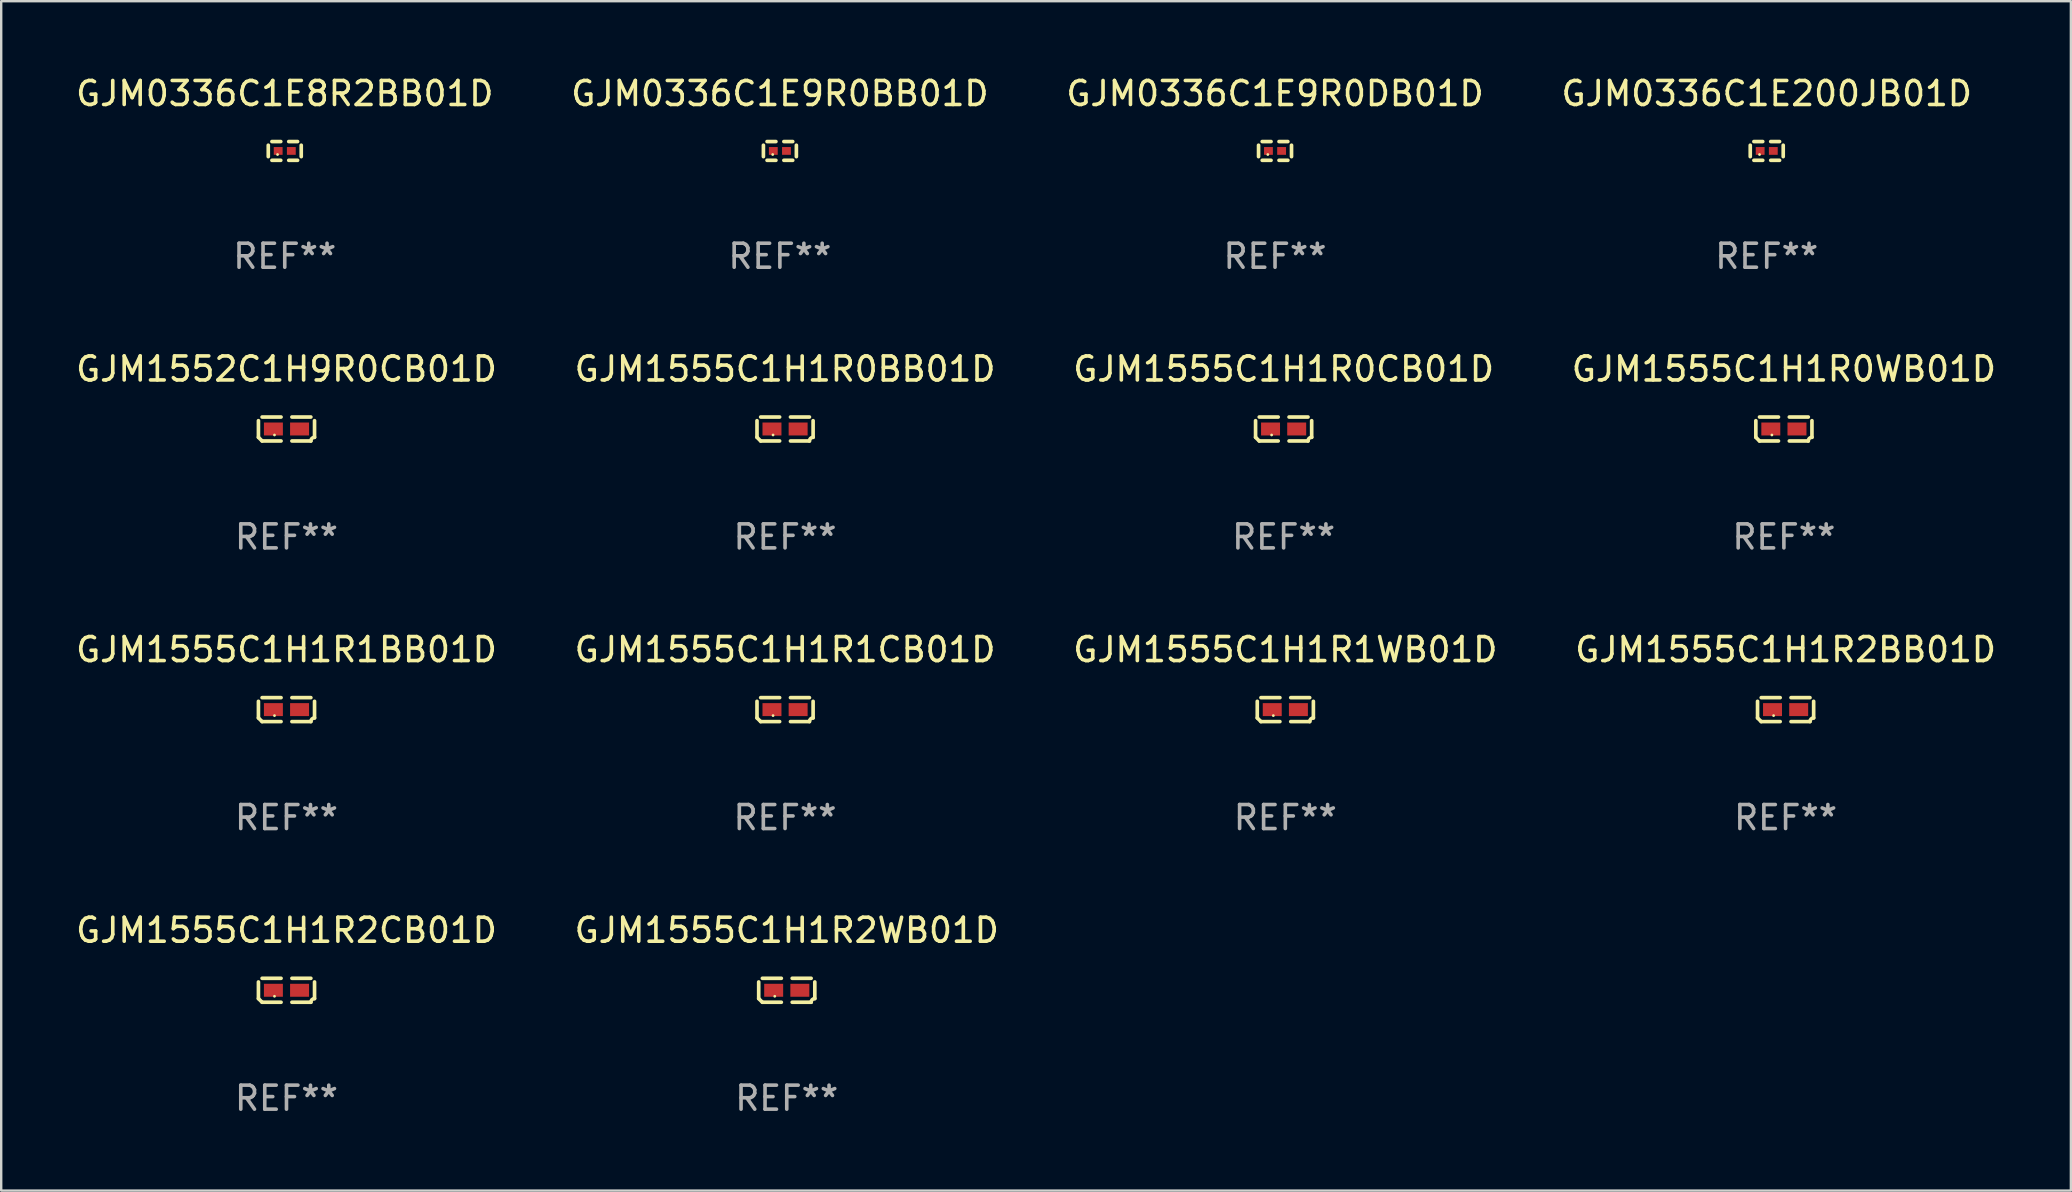
<source format=kicad_pcb>
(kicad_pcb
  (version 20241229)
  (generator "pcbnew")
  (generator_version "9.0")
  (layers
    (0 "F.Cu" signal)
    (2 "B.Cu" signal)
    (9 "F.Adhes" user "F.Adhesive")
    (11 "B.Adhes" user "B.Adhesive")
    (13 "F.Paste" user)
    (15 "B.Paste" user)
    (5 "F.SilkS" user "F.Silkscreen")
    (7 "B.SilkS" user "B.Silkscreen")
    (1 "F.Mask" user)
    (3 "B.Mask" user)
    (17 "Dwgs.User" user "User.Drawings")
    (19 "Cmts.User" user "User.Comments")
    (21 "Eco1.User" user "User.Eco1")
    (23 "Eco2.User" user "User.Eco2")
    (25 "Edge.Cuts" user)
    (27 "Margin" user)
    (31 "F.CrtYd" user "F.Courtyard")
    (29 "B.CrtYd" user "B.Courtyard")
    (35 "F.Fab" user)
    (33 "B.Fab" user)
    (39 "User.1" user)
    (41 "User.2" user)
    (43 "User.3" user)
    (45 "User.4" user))
  (footprint "GJM1555C1H1R1CB01D"
    (layer "F.Cu")
    (at 29.661 26.518)
    (property "Reference" "GJM1555C1H1R1CB01D" (at 0 -2.499 0) (layer "F.SilkS") (effects (font (size 1 1) (thickness 0.15))))
    (attr through_hole)
    (fp_line (start -1.169 0.346) (end -1.169 -0.346) (stroke (width 0.152) (type solid)) (layer "F.SilkS"))
    (fp_line (start -1.016 -0.499) (end -0.226 -0.499) (stroke (width 0.152) (type solid)) (layer "F.SilkS"))
    (fp_line (start -0.226 0.499) (end -1.016 0.499) (stroke (width 0.152) (type solid)) (layer "F.SilkS"))
    (fp_line (start 0.226 0.499) (end 1.016 0.499) (stroke (width 0.152) (type solid)) (layer "F.SilkS"))
    (fp_line (start 1.016 -0.499) (end 0.226 -0.499) (stroke (width 0.152) (type solid)) (layer "F.SilkS"))
    (fp_line (start 1.169 0.346) (end 1.169 -0.346) (stroke (width 0.152) (type solid)) (layer "F.SilkS"))
    (fp_arc (start -1.016307 0.498603) (mid -1.092512 0.422405) (end -1.16871 0.3462) (stroke (width 0.1524) (type solid)) (layer "F.SilkS"))
    (fp_arc (start 1.016307 0.498603) (mid 1.060899 0.390758) (end 1.168707 0.346076) (stroke (width 0.1524) (type solid)) (layer "F.SilkS"))
    (fp_circle (center -0.5 0.25) (end -0.47 0.25) (stroke (width 0.06) (type solid)) (fill no) (layer "F.SilkS"))
    (fp_text user "REF**" (at 0 4.499 0) (layer "F.Fab") (effects (font (size 1 1) (thickness 0.15))))
    (pad "1" smd rect (at -0.545 0) (size 0.79 0.54) (layers "F.Cu" "F.Mask" "F.Paste"))
    (pad "2" smd rect (at 0.545 0) (size 0.79 0.54) (layers "F.Cu" "F.Mask" "F.Paste")))
  (footprint "GJM1555C1H1R2WB01D"
    (layer "F.Cu")
    (at 29.732 38.212)
    (property "Reference" "GJM1555C1H1R2WB01D" (at 0 -2.499 0) (layer "F.SilkS") (effects (font (size 1 1) (thickness 0.15))))
    (attr through_hole)
    (fp_line (start -1.169 0.346) (end -1.169 -0.346) (stroke (width 0.152) (type solid)) (layer "F.SilkS"))
    (fp_line (start -1.016 -0.499) (end -0.226 -0.499) (stroke (width 0.152) (type solid)) (layer "F.SilkS"))
    (fp_line (start -0.226 0.499) (end -1.016 0.499) (stroke (width 0.152) (type solid)) (layer "F.SilkS"))
    (fp_line (start 0.226 0.499) (end 1.016 0.499) (stroke (width 0.152) (type solid)) (layer "F.SilkS"))
    (fp_line (start 1.016 -0.499) (end 0.226 -0.499) (stroke (width 0.152) (type solid)) (layer "F.SilkS"))
    (fp_line (start 1.169 0.346) (end 1.169 -0.346) (stroke (width 0.152) (type solid)) (layer "F.SilkS"))
    (fp_arc (start -1.016307 0.498603) (mid -1.092512 0.422405) (end -1.16871 0.3462) (stroke (width 0.1524) (type solid)) (layer "F.SilkS"))
    (fp_arc (start 1.016307 0.498603) (mid 1.060899 0.390758) (end 1.168707 0.346076) (stroke (width 0.1524) (type solid)) (layer "F.SilkS"))
    (fp_circle (center -0.5 0.25) (end -0.47 0.25) (stroke (width 0.06) (type solid)) (fill no) (layer "F.SilkS"))
    (fp_text user "REF**" (at 0 4.499 0) (layer "F.Fab") (effects (font (size 1 1) (thickness 0.15))))
    (pad "1" smd rect (at -0.545 0) (size 0.79 0.54) (layers "F.Cu" "F.Mask" "F.Paste"))
    (pad "2" smd rect (at 0.545 0) (size 0.79 0.54) (layers "F.Cu" "F.Mask" "F.Paste")))
  (footprint "GJM1555C1H1R0CB01D"
    (layer "F.Cu")
    (at 50.435 14.825)
    (property "Reference" "GJM1555C1H1R0CB01D" (at 0 -2.499 0) (layer "F.SilkS") (effects (font (size 1 1) (thickness 0.15))))
    (attr through_hole)
    (fp_line (start -1.169 0.346) (end -1.169 -0.346) (stroke (width 0.152) (type solid)) (layer "F.SilkS"))
    (fp_line (start -1.016 -0.499) (end -0.226 -0.499) (stroke (width 0.152) (type solid)) (layer "F.SilkS"))
    (fp_line (start -0.226 0.499) (end -1.016 0.499) (stroke (width 0.152) (type solid)) (layer "F.SilkS"))
    (fp_line (start 0.226 0.499) (end 1.016 0.499) (stroke (width 0.152) (type solid)) (layer "F.SilkS"))
    (fp_line (start 1.016 -0.499) (end 0.226 -0.499) (stroke (width 0.152) (type solid)) (layer "F.SilkS"))
    (fp_line (start 1.169 0.346) (end 1.169 -0.346) (stroke (width 0.152) (type solid)) (layer "F.SilkS"))
    (fp_arc (start -1.016307 0.498603) (mid -1.092512 0.422405) (end -1.16871 0.3462) (stroke (width 0.1524) (type solid)) (layer "F.SilkS"))
    (fp_arc (start 1.016307 0.498603) (mid 1.060899 0.390758) (end 1.168707 0.346076) (stroke (width 0.1524) (type solid)) (layer "F.SilkS"))
    (fp_circle (center -0.5 0.25) (end -0.47 0.25) (stroke (width 0.06) (type solid)) (fill no) (layer "F.SilkS"))
    (fp_text user "REF**" (at 0 4.499 0) (layer "F.Fab") (effects (font (size 1 1) (thickness 0.15))))
    (pad "1" smd rect (at -0.545 0) (size 0.79 0.54) (layers "F.Cu" "F.Mask" "F.Paste"))
    (pad "2" smd rect (at 0.545 0) (size 0.79 0.54) (layers "F.Cu" "F.Mask" "F.Paste")))
  (footprint "GJM0336C1E9R0DB01D"
    (layer "F.Cu")
    (at 50.077 3.239)
    (property "Reference" "GJM0336C1E9R0DB01D" (at 0 -2.391 0) (layer "F.SilkS") (effects (font (size 1 1) (thickness 0.15))))
    (attr through_hole)
    (fp_line (start -0.687 0.238) (end -0.687 -0.238) (stroke (width 0.152) (type solid)) (layer "F.SilkS"))
    (fp_line (start -0.535 -0.391) (end -0.166 -0.391) (stroke (width 0.152) (type solid)) (layer "F.SilkS"))
    (fp_line (start -0.166 0.391) (end -0.535 0.391) (stroke (width 0.152) (type solid)) (layer "F.SilkS"))
    (fp_line (start 0.166 0.391) (end 0.535 0.391) (stroke (width 0.152) (type solid)) (layer "F.SilkS"))
    (fp_line (start 0.535 -0.391) (end 0.166 -0.391) (stroke (width 0.152) (type solid)) (layer "F.SilkS"))
    (fp_line (start 0.687 0.238) (end 0.687 -0.238) (stroke (width 0.152) (type solid)) (layer "F.SilkS"))
    (fp_circle (center -0.3 0.15) (end -0.27 0.15) (stroke (width 0.06) (type solid)) (fill no) (layer "F.SilkS"))
    (fp_text user "REF**" (at 0 4.391 0) (layer "F.Fab") (effects (font (size 1 1) (thickness 0.15))))
    (pad "1" smd rect (at -0.274 0) (size 0.368 0.324) (layers "F.Cu" "F.Mask" "F.Paste"))
    (pad "2" smd rect (at 0.274 0) (size 0.368 0.324) (layers "F.Cu" "F.Mask" "F.Paste")))
  (footprint "GJM1555C1H1R2CB01D"
    (layer "F.Cu")
    (at 8.887 38.212)
    (property "Reference" "GJM1555C1H1R2CB01D" (at 0 -2.499 0) (layer "F.SilkS") (effects (font (size 1 1) (thickness 0.15))))
    (attr through_hole)
    (fp_line (start -1.169 0.346) (end -1.169 -0.346) (stroke (width 0.152) (type solid)) (layer "F.SilkS"))
    (fp_line (start -1.016 -0.499) (end -0.226 -0.499) (stroke (width 0.152) (type solid)) (layer "F.SilkS"))
    (fp_line (start -0.226 0.499) (end -1.016 0.499) (stroke (width 0.152) (type solid)) (layer "F.SilkS"))
    (fp_line (start 0.226 0.499) (end 1.016 0.499) (stroke (width 0.152) (type solid)) (layer "F.SilkS"))
    (fp_line (start 1.016 -0.499) (end 0.226 -0.499) (stroke (width 0.152) (type solid)) (layer "F.SilkS"))
    (fp_line (start 1.169 0.346) (end 1.169 -0.346) (stroke (width 0.152) (type solid)) (layer "F.SilkS"))
    (fp_arc (start -1.016307 0.498603) (mid -1.092512 0.422405) (end -1.16871 0.3462) (stroke (width 0.1524) (type solid)) (layer "F.SilkS"))
    (fp_arc (start 1.016307 0.498603) (mid 1.060899 0.390758) (end 1.168707 0.346076) (stroke (width 0.1524) (type solid)) (layer "F.SilkS"))
    (fp_circle (center -0.5 0.25) (end -0.47 0.25) (stroke (width 0.06) (type solid)) (fill no) (layer "F.SilkS"))
    (fp_text user "REF**" (at 0 4.499 0) (layer "F.Fab") (effects (font (size 1 1) (thickness 0.15))))
    (pad "1" smd rect (at -0.545 0) (size 0.79 0.54) (layers "F.Cu" "F.Mask" "F.Paste"))
    (pad "2" smd rect (at 0.545 0) (size 0.79 0.54) (layers "F.Cu" "F.Mask" "F.Paste")))
  (footprint "GJM0336C1E8R2BB01D"
    (layer "F.Cu")
    (at 8.815 3.239)
    (property "Reference" "GJM0336C1E8R2BB01D" (at 0 -2.391 0) (layer "F.SilkS") (effects (font (size 1 1) (thickness 0.15))))
    (attr through_hole)
    (fp_line (start -0.687 0.238) (end -0.687 -0.238) (stroke (width 0.152) (type solid)) (layer "F.SilkS"))
    (fp_line (start -0.535 -0.391) (end -0.166 -0.391) (stroke (width 0.152) (type solid)) (layer "F.SilkS"))
    (fp_line (start -0.166 0.391) (end -0.535 0.391) (stroke (width 0.152) (type solid)) (layer "F.SilkS"))
    (fp_line (start 0.166 0.391) (end 0.535 0.391) (stroke (width 0.152) (type solid)) (layer "F.SilkS"))
    (fp_line (start 0.535 -0.391) (end 0.166 -0.391) (stroke (width 0.152) (type solid)) (layer "F.SilkS"))
    (fp_line (start 0.687 0.238) (end 0.687 -0.238) (stroke (width 0.152) (type solid)) (layer "F.SilkS"))
    (fp_circle (center -0.3 0.15) (end -0.27 0.15) (stroke (width 0.06) (type solid)) (fill no) (layer "F.SilkS"))
    (fp_text user "REF**" (at 0 4.391 0) (layer "F.Fab") (effects (font (size 1 1) (thickness 0.15))))
    (pad "1" smd rect (at -0.274 0) (size 0.368 0.324) (layers "F.Cu" "F.Mask" "F.Paste"))
    (pad "2" smd rect (at 0.274 0) (size 0.368 0.324) (layers "F.Cu" "F.Mask" "F.Paste")))
  (footprint "GJM1552C1H9R0CB01D"
    (layer "F.Cu")
    (at 8.887 14.825)
    (property "Reference" "GJM1552C1H9R0CB01D" (at 0 -2.499 0) (layer "F.SilkS") (effects (font (size 1 1) (thickness 0.15))))
    (attr through_hole)
    (fp_line (start -1.169 0.346) (end -1.169 -0.346) (stroke (width 0.152) (type solid)) (layer "F.SilkS"))
    (fp_line (start -1.016 -0.499) (end -0.226 -0.499) (stroke (width 0.152) (type solid)) (layer "F.SilkS"))
    (fp_line (start -0.226 0.499) (end -1.016 0.499) (stroke (width 0.152) (type solid)) (layer "F.SilkS"))
    (fp_line (start 0.226 0.499) (end 1.016 0.499) (stroke (width 0.152) (type solid)) (layer "F.SilkS"))
    (fp_line (start 1.016 -0.499) (end 0.226 -0.499) (stroke (width 0.152) (type solid)) (layer "F.SilkS"))
    (fp_line (start 1.169 0.346) (end 1.169 -0.346) (stroke (width 0.152) (type solid)) (layer "F.SilkS"))
    (fp_arc (start -1.016307 0.498603) (mid -1.092512 0.422405) (end -1.16871 0.3462) (stroke (width 0.1524) (type solid)) (layer "F.SilkS"))
    (fp_arc (start 1.016307 0.498603) (mid 1.060899 0.390758) (end 1.168707 0.346076) (stroke (width 0.1524) (type solid)) (layer "F.SilkS"))
    (fp_circle (center -0.5 0.25) (end -0.47 0.25) (stroke (width 0.06) (type solid)) (fill no) (layer "F.SilkS"))
    (fp_text user "REF**" (at 0 4.499 0) (layer "F.Fab") (effects (font (size 1 1) (thickness 0.15))))
    (pad "1" smd rect (at -0.545 0) (size 0.79 0.54) (layers "F.Cu" "F.Mask" "F.Paste"))
    (pad "2" smd rect (at 0.545 0) (size 0.79 0.54) (layers "F.Cu" "F.Mask" "F.Paste")))
  (footprint "GJM1555C1H1R0WB01D"
    (layer "F.Cu")
    (at 71.28 14.825)
    (property "Reference" "GJM1555C1H1R0WB01D" (at 0 -2.499 0) (layer "F.SilkS") (effects (font (size 1 1) (thickness 0.15))))
    (attr through_hole)
    (fp_line (start -1.169 0.346) (end -1.169 -0.346) (stroke (width 0.152) (type solid)) (layer "F.SilkS"))
    (fp_line (start -1.016 -0.499) (end -0.226 -0.499) (stroke (width 0.152) (type solid)) (layer "F.SilkS"))
    (fp_line (start -0.226 0.499) (end -1.016 0.499) (stroke (width 0.152) (type solid)) (layer "F.SilkS"))
    (fp_line (start 0.226 0.499) (end 1.016 0.499) (stroke (width 0.152) (type solid)) (layer "F.SilkS"))
    (fp_line (start 1.016 -0.499) (end 0.226 -0.499) (stroke (width 0.152) (type solid)) (layer "F.SilkS"))
    (fp_line (start 1.169 0.346) (end 1.169 -0.346) (stroke (width 0.152) (type solid)) (layer "F.SilkS"))
    (fp_arc (start -1.016307 0.498603) (mid -1.092512 0.422405) (end -1.16871 0.3462) (stroke (width 0.1524) (type solid)) (layer "F.SilkS"))
    (fp_arc (start 1.016307 0.498603) (mid 1.060899 0.390758) (end 1.168707 0.346076) (stroke (width 0.1524) (type solid)) (layer "F.SilkS"))
    (fp_circle (center -0.5 0.25) (end -0.47 0.25) (stroke (width 0.06) (type solid)) (fill no) (layer "F.SilkS"))
    (fp_text user "REF**" (at 0 4.499 0) (layer "F.Fab") (effects (font (size 1 1) (thickness 0.15))))
    (pad "1" smd rect (at -0.545 0) (size 0.79 0.54) (layers "F.Cu" "F.Mask" "F.Paste"))
    (pad "2" smd rect (at 0.545 0) (size 0.79 0.54) (layers "F.Cu" "F.Mask" "F.Paste")))
  (footprint "GJM0336C1E9R0BB01D"
    (layer "F.Cu")
    (at 29.446 3.239)
    (property "Reference" "GJM0336C1E9R0BB01D" (at 0 -2.391 0) (layer "F.SilkS") (effects (font (size 1 1) (thickness 0.15))))
    (attr through_hole)
    (fp_line (start -0.687 0.238) (end -0.687 -0.238) (stroke (width 0.152) (type solid)) (layer "F.SilkS"))
    (fp_line (start -0.535 -0.391) (end -0.166 -0.391) (stroke (width 0.152) (type solid)) (layer "F.SilkS"))
    (fp_line (start -0.166 0.391) (end -0.535 0.391) (stroke (width 0.152) (type solid)) (layer "F.SilkS"))
    (fp_line (start 0.166 0.391) (end 0.535 0.391) (stroke (width 0.152) (type solid)) (layer "F.SilkS"))
    (fp_line (start 0.535 -0.391) (end 0.166 -0.391) (stroke (width 0.152) (type solid)) (layer "F.SilkS"))
    (fp_line (start 0.687 0.238) (end 0.687 -0.238) (stroke (width 0.152) (type solid)) (layer "F.SilkS"))
    (fp_circle (center -0.3 0.15) (end -0.27 0.15) (stroke (width 0.06) (type solid)) (fill no) (layer "F.SilkS"))
    (fp_text user "REF**" (at 0 4.391 0) (layer "F.Fab") (effects (font (size 1 1) (thickness 0.15))))
    (pad "1" smd rect (at -0.274 0) (size 0.368 0.324) (layers "F.Cu" "F.Mask" "F.Paste"))
    (pad "2" smd rect (at 0.274 0) (size 0.368 0.324) (layers "F.Cu" "F.Mask" "F.Paste")))
  (footprint "GJM1555C1H1R1BB01D"
    (layer "F.Cu")
    (at 8.887 26.518)
    (property "Reference" "GJM1555C1H1R1BB01D" (at 0 -2.499 0) (layer "F.SilkS") (effects (font (size 1 1) (thickness 0.15))))
    (attr through_hole)
    (fp_line (start -1.169 0.346) (end -1.169 -0.346) (stroke (width 0.152) (type solid)) (layer "F.SilkS"))
    (fp_line (start -1.016 -0.499) (end -0.226 -0.499) (stroke (width 0.152) (type solid)) (layer "F.SilkS"))
    (fp_line (start -0.226 0.499) (end -1.016 0.499) (stroke (width 0.152) (type solid)) (layer "F.SilkS"))
    (fp_line (start 0.226 0.499) (end 1.016 0.499) (stroke (width 0.152) (type solid)) (layer "F.SilkS"))
    (fp_line (start 1.016 -0.499) (end 0.226 -0.499) (stroke (width 0.152) (type solid)) (layer "F.SilkS"))
    (fp_line (start 1.169 0.346) (end 1.169 -0.346) (stroke (width 0.152) (type solid)) (layer "F.SilkS"))
    (fp_arc (start -1.016307 0.498603) (mid -1.092512 0.422405) (end -1.16871 0.3462) (stroke (width 0.1524) (type solid)) (layer "F.SilkS"))
    (fp_arc (start 1.016307 0.498603) (mid 1.060899 0.390758) (end 1.168707 0.346076) (stroke (width 0.1524) (type solid)) (layer "F.SilkS"))
    (fp_circle (center -0.5 0.25) (end -0.47 0.25) (stroke (width 0.06) (type solid)) (fill no) (layer "F.SilkS"))
    (fp_text user "REF**" (at 0 4.499 0) (layer "F.Fab") (effects (font (size 1 1) (thickness 0.15))))
    (pad "1" smd rect (at -0.545 0) (size 0.79 0.54) (layers "F.Cu" "F.Mask" "F.Paste"))
    (pad "2" smd rect (at 0.545 0) (size 0.79 0.54) (layers "F.Cu" "F.Mask" "F.Paste")))
  (footprint "GJM1555C1H1R1WB01D"
    (layer "F.Cu")
    (at 50.506 26.518)
    (property "Reference" "GJM1555C1H1R1WB01D" (at 0 -2.499 0) (layer "F.SilkS") (effects (font (size 1 1) (thickness 0.15))))
    (attr through_hole)
    (fp_line (start -1.169 0.346) (end -1.169 -0.346) (stroke (width 0.152) (type solid)) (layer "F.SilkS"))
    (fp_line (start -1.016 -0.499) (end -0.226 -0.499) (stroke (width 0.152) (type solid)) (layer "F.SilkS"))
    (fp_line (start -0.226 0.499) (end -1.016 0.499) (stroke (width 0.152) (type solid)) (layer "F.SilkS"))
    (fp_line (start 0.226 0.499) (end 1.016 0.499) (stroke (width 0.152) (type solid)) (layer "F.SilkS"))
    (fp_line (start 1.016 -0.499) (end 0.226 -0.499) (stroke (width 0.152) (type solid)) (layer "F.SilkS"))
    (fp_line (start 1.169 0.346) (end 1.169 -0.346) (stroke (width 0.152) (type solid)) (layer "F.SilkS"))
    (fp_arc (start -1.016307 0.498603) (mid -1.092512 0.422405) (end -1.16871 0.3462) (stroke (width 0.1524) (type solid)) (layer "F.SilkS"))
    (fp_arc (start 1.016307 0.498603) (mid 1.060899 0.390758) (end 1.168707 0.346076) (stroke (width 0.1524) (type solid)) (layer "F.SilkS"))
    (fp_circle (center -0.5 0.25) (end -0.47 0.25) (stroke (width 0.06) (type solid)) (fill no) (layer "F.SilkS"))
    (fp_text user "REF**" (at 0 4.499 0) (layer "F.Fab") (effects (font (size 1 1) (thickness 0.15))))
    (pad "1" smd rect (at -0.545 0) (size 0.79 0.54) (layers "F.Cu" "F.Mask" "F.Paste"))
    (pad "2" smd rect (at 0.545 0) (size 0.79 0.54) (layers "F.Cu" "F.Mask" "F.Paste")))
  (footprint "GJM1555C1H1R0BB01D"
    (layer "F.Cu")
    (at 29.661 14.825)
    (property "Reference" "GJM1555C1H1R0BB01D" (at 0 -2.499 0) (layer "F.SilkS") (effects (font (size 1 1) (thickness 0.15))))
    (attr through_hole)
    (fp_line (start -1.169 0.346) (end -1.169 -0.346) (stroke (width 0.152) (type solid)) (layer "F.SilkS"))
    (fp_line (start -1.016 -0.499) (end -0.226 -0.499) (stroke (width 0.152) (type solid)) (layer "F.SilkS"))
    (fp_line (start -0.226 0.499) (end -1.016 0.499) (stroke (width 0.152) (type solid)) (layer "F.SilkS"))
    (fp_line (start 0.226 0.499) (end 1.016 0.499) (stroke (width 0.152) (type solid)) (layer "F.SilkS"))
    (fp_line (start 1.016 -0.499) (end 0.226 -0.499) (stroke (width 0.152) (type solid)) (layer "F.SilkS"))
    (fp_line (start 1.169 0.346) (end 1.169 -0.346) (stroke (width 0.152) (type solid)) (layer "F.SilkS"))
    (fp_arc (start -1.016307 0.498603) (mid -1.092512 0.422405) (end -1.16871 0.3462) (stroke (width 0.1524) (type solid)) (layer "F.SilkS"))
    (fp_arc (start 1.016307 0.498603) (mid 1.060899 0.390758) (end 1.168707 0.346076) (stroke (width 0.1524) (type solid)) (layer "F.SilkS"))
    (fp_circle (center -0.5 0.25) (end -0.47 0.25) (stroke (width 0.06) (type solid)) (fill no) (layer "F.SilkS"))
    (fp_text user "REF**" (at 0 4.499 0) (layer "F.Fab") (effects (font (size 1 1) (thickness 0.15))))
    (pad "1" smd rect (at -0.545 0) (size 0.79 0.54) (layers "F.Cu" "F.Mask" "F.Paste"))
    (pad "2" smd rect (at 0.545 0) (size 0.79 0.54) (layers "F.Cu" "F.Mask" "F.Paste")))
  (footprint "GJM0336C1E200JB01D"
    (layer "F.Cu")
    (at 70.565 3.239)
    (property "Reference" "GJM0336C1E200JB01D" (at 0 -2.391 0) (layer "F.SilkS") (effects (font (size 1 1) (thickness 0.15))))
    (attr through_hole)
    (fp_line (start -0.687 0.238) (end -0.687 -0.238) (stroke (width 0.152) (type solid)) (layer "F.SilkS"))
    (fp_line (start -0.535 -0.391) (end -0.166 -0.391) (stroke (width 0.152) (type solid)) (layer "F.SilkS"))
    (fp_line (start -0.166 0.391) (end -0.535 0.391) (stroke (width 0.152) (type solid)) (layer "F.SilkS"))
    (fp_line (start 0.166 0.391) (end 0.535 0.391) (stroke (width 0.152) (type solid)) (layer "F.SilkS"))
    (fp_line (start 0.535 -0.391) (end 0.166 -0.391) (stroke (width 0.152) (type solid)) (layer "F.SilkS"))
    (fp_line (start 0.687 0.238) (end 0.687 -0.238) (stroke (width 0.152) (type solid)) (layer "F.SilkS"))
    (fp_circle (center -0.3 0.15) (end -0.27 0.15) (stroke (width 0.06) (type solid)) (fill no) (layer "F.SilkS"))
    (fp_text user "REF**" (at 0 4.391 0) (layer "F.Fab") (effects (font (size 1 1) (thickness 0.15))))
    (pad "1" smd rect (at -0.274 0) (size 0.368 0.324) (layers "F.Cu" "F.Mask" "F.Paste"))
    (pad "2" smd rect (at 0.274 0) (size 0.368 0.324) (layers "F.Cu" "F.Mask" "F.Paste")))
  (footprint "GJM1555C1H1R2BB01D"
    (layer "F.Cu")
    (at 71.351 26.518)
    (property "Reference" "GJM1555C1H1R2BB01D" (at 0 -2.499 0) (layer "F.SilkS") (effects (font (size 1 1) (thickness 0.15))))
    (attr through_hole)
    (fp_line (start -1.169 0.346) (end -1.169 -0.346) (stroke (width 0.152) (type solid)) (layer "F.SilkS"))
    (fp_line (start -1.016 -0.499) (end -0.226 -0.499) (stroke (width 0.152) (type solid)) (layer "F.SilkS"))
    (fp_line (start -0.226 0.499) (end -1.016 0.499) (stroke (width 0.152) (type solid)) (layer "F.SilkS"))
    (fp_line (start 0.226 0.499) (end 1.016 0.499) (stroke (width 0.152) (type solid)) (layer "F.SilkS"))
    (fp_line (start 1.016 -0.499) (end 0.226 -0.499) (stroke (width 0.152) (type solid)) (layer "F.SilkS"))
    (fp_line (start 1.169 0.346) (end 1.169 -0.346) (stroke (width 0.152) (type solid)) (layer "F.SilkS"))
    (fp_arc (start -1.016307 0.498603) (mid -1.092512 0.422405) (end -1.16871 0.3462) (stroke (width 0.1524) (type solid)) (layer "F.SilkS"))
    (fp_arc (start 1.016307 0.498603) (mid 1.060899 0.390758) (end 1.168707 0.346076) (stroke (width 0.1524) (type solid)) (layer "F.SilkS"))
    (fp_circle (center -0.5 0.25) (end -0.47 0.25) (stroke (width 0.06) (type solid)) (fill no) (layer "F.SilkS"))
    (fp_text user "REF**" (at 0 4.499 0) (layer "F.Fab") (effects (font (size 1 1) (thickness 0.15))))
    (pad "1" smd rect (at -0.545 0) (size 0.79 0.54) (layers "F.Cu" "F.Mask" "F.Paste"))
    (pad "2" smd rect (at 0.545 0) (size 0.79 0.54) (layers "F.Cu" "F.Mask" "F.Paste")))
  (gr_rect
    (start -3 -3)
    (end 83.238 46.559)
    (stroke (width 0.1) (type default))
    (fill no)
    (layer "Edge.Cuts")))
</source>
